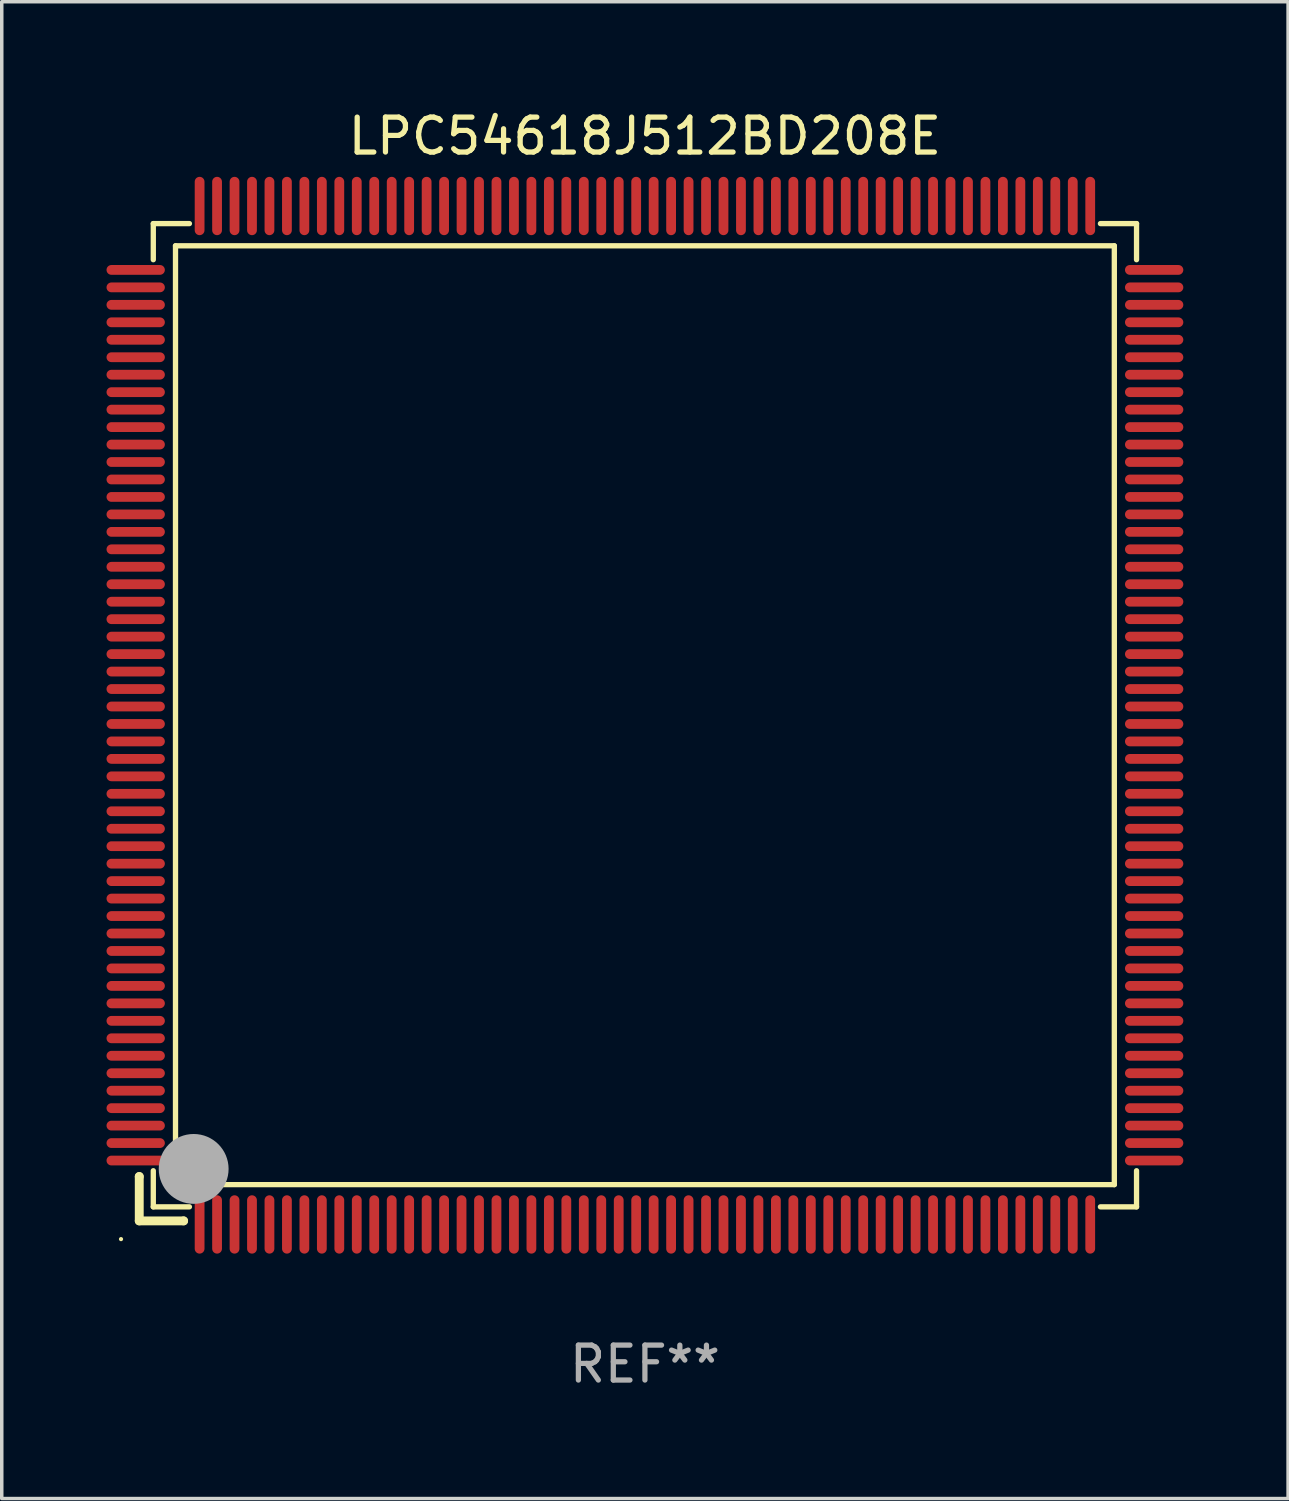
<source format=kicad_pcb>
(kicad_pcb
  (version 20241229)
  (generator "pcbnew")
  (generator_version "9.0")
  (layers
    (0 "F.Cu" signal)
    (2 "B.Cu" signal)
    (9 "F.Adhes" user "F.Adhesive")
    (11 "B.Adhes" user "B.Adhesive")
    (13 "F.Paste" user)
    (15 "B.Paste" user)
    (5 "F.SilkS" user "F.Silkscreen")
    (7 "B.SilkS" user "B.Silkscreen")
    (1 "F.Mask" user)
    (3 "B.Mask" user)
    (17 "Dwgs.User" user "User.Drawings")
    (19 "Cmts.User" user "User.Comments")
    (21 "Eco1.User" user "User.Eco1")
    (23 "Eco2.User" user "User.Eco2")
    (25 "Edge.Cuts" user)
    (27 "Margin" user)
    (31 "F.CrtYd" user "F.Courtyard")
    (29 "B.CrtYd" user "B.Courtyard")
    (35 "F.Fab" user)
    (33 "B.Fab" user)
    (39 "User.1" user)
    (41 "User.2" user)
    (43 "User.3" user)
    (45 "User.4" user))
  (footprint "LPC54618J512BD208E"
    (layer "F.Cu")
    (at 15.415 17.428)
    (property "Reference" "LPC54618J512BD208E" (at 0 -16.58 0) (layer "F.SilkS") (effects (font (size 1 1) (thickness 0.15))))
    (attr through_hole)
    (fp_line (start -14.478 13.208) (end -14.478 13.208) (stroke (width 0.254) (type solid)) (layer "F.SilkS"))
    (fp_line (start -14.478 13.208) (end -14.478 14.478) (stroke (width 0.254) (type solid)) (layer "F.SilkS"))
    (fp_line (start -14.478 14.478) (end -13.208 14.478) (stroke (width 0.254) (type solid)) (layer "F.SilkS"))
    (fp_line (start -14.076 -14.076) (end -14.076 -13.042) (stroke (width 0.152) (type solid)) (layer "F.SilkS"))
    (fp_line (start -14.076 14.076) (end -14.076 13.042) (stroke (width 0.152) (type solid)) (layer "F.SilkS"))
    (fp_line (start -13.44 -13.44) (end 13.44 -13.44) (stroke (width 0.152) (type solid)) (layer "F.SilkS"))
    (fp_line (start -13.44 13.44) (end -13.44 -13.44) (stroke (width 0.152) (type solid)) (layer "F.SilkS"))
    (fp_line (start -13.208 14.478) (end -13.208 14.478) (stroke (width 0.254) (type solid)) (layer "F.SilkS"))
    (fp_line (start -13.042 -14.076) (end -14.076 -14.076) (stroke (width 0.152) (type solid)) (layer "F.SilkS"))
    (fp_line (start -13.042 14.076) (end -14.076 14.076) (stroke (width 0.152) (type solid)) (layer "F.SilkS"))
    (fp_line (start 13.042 -14.076) (end 14.076 -14.076) (stroke (width 0.152) (type solid)) (layer "F.SilkS"))
    (fp_line (start 13.042 14.076) (end 14.076 14.076) (stroke (width 0.152) (type solid)) (layer "F.SilkS"))
    (fp_line (start 13.44 -13.44) (end 13.44 13.44) (stroke (width 0.152) (type solid)) (layer "F.SilkS"))
    (fp_line (start 13.44 13.44) (end -13.44 13.44) (stroke (width 0.152) (type solid)) (layer "F.SilkS"))
    (fp_line (start 14.076 -14.076) (end 14.076 -13.042) (stroke (width 0.152) (type solid)) (layer "F.SilkS"))
    (fp_line (start 14.076 14.076) (end 14.076 13.042) (stroke (width 0.152) (type solid)) (layer "F.SilkS"))
    (fp_circle (center -15 15) (end -14.97 15) (stroke (width 0.06) (type solid)) (fill no) (layer "F.SilkS"))
    (fp_circle (center -13.138 13.138) (end -13.063 13.138) (stroke (width 0.15) (type solid)) (fill no) (layer "F.SilkS"))
    (fp_circle (center -12.92 12.99) (end -12.42 12.99) (stroke (width 1) (type solid)) (fill no) (layer "F.Fab"))
    (fp_text user "REF**" (at 0 18.58 0) (layer "F.Fab") (effects (font (size 1 1) (thickness 0.15))))
    (pad "1" smd oval (at -12.75 14.58) (size 0.28 1.67) (layers "F.Cu" "F.Mask" "F.Paste"))
    (pad "2" smd oval (at -12.25 14.58) (size 0.28 1.67) (layers "F.Cu" "F.Mask" "F.Paste"))
    (pad "3" smd oval (at -11.75 14.58) (size 0.28 1.67) (layers "F.Cu" "F.Mask" "F.Paste"))
    (pad "4" smd oval (at -11.25 14.58) (size 0.28 1.67) (layers "F.Cu" "F.Mask" "F.Paste"))
    (pad "5" smd oval (at -10.75 14.58) (size 0.28 1.67) (layers "F.Cu" "F.Mask" "F.Paste"))
    (pad "6" smd oval (at -10.25 14.58) (size 0.28 1.67) (layers "F.Cu" "F.Mask" "F.Paste"))
    (pad "7" smd oval (at -9.75 14.58) (size 0.28 1.67) (layers "F.Cu" "F.Mask" "F.Paste"))
    (pad "8" smd oval (at -9.25 14.58) (size 0.28 1.67) (layers "F.Cu" "F.Mask" "F.Paste"))
    (pad "9" smd oval (at -8.75 14.58) (size 0.28 1.67) (layers "F.Cu" "F.Mask" "F.Paste"))
    (pad "10" smd oval (at -8.25 14.58) (size 0.28 1.67) (layers "F.Cu" "F.Mask" "F.Paste"))
    (pad "11" smd oval (at -7.75 14.58) (size 0.28 1.67) (layers "F.Cu" "F.Mask" "F.Paste"))
    (pad "12" smd oval (at -7.25 14.58) (size 0.28 1.67) (layers "F.Cu" "F.Mask" "F.Paste"))
    (pad "13" smd oval (at -6.75 14.58) (size 0.28 1.67) (layers "F.Cu" "F.Mask" "F.Paste"))
    (pad "14" smd oval (at -6.25 14.58) (size 0.28 1.67) (layers "F.Cu" "F.Mask" "F.Paste"))
    (pad "15" smd oval (at -5.75 14.58) (size 0.28 1.67) (layers "F.Cu" "F.Mask" "F.Paste"))
    (pad "16" smd oval (at -5.25 14.58) (size 0.28 1.67) (layers "F.Cu" "F.Mask" "F.Paste"))
    (pad "17" smd oval (at -4.75 14.58) (size 0.28 1.67) (layers "F.Cu" "F.Mask" "F.Paste"))
    (pad "18" smd oval (at -4.25 14.58) (size 0.28 1.67) (layers "F.Cu" "F.Mask" "F.Paste"))
    (pad "19" smd oval (at -3.75 14.58) (size 0.28 1.67) (layers "F.Cu" "F.Mask" "F.Paste"))
    (pad "20" smd oval (at -3.25 14.58) (size 0.28 1.67) (layers "F.Cu" "F.Mask" "F.Paste"))
    (pad "21" smd oval (at -2.75 14.58) (size 0.28 1.67) (layers "F.Cu" "F.Mask" "F.Paste"))
    (pad "22" smd oval (at -2.25 14.58) (size 0.28 1.67) (layers "F.Cu" "F.Mask" "F.Paste"))
    (pad "23" smd oval (at -1.75 14.58) (size 0.28 1.67) (layers "F.Cu" "F.Mask" "F.Paste"))
    (pad "24" smd oval (at -1.25 14.58) (size 0.28 1.67) (layers "F.Cu" "F.Mask" "F.Paste"))
    (pad "25" smd oval (at -0.75 14.58) (size 0.28 1.67) (layers "F.Cu" "F.Mask" "F.Paste"))
    (pad "26" smd oval (at -0.25 14.58) (size 0.28 1.67) (layers "F.Cu" "F.Mask" "F.Paste"))
    (pad "27" smd oval (at 0.25 14.58) (size 0.28 1.67) (layers "F.Cu" "F.Mask" "F.Paste"))
    (pad "28" smd oval (at 0.75 14.58) (size 0.28 1.67) (layers "F.Cu" "F.Mask" "F.Paste"))
    (pad "29" smd oval (at 1.25 14.58) (size 0.28 1.67) (layers "F.Cu" "F.Mask" "F.Paste"))
    (pad "30" smd oval (at 1.75 14.58) (size 0.28 1.67) (layers "F.Cu" "F.Mask" "F.Paste"))
    (pad "31" smd oval (at 2.25 14.58) (size 0.28 1.67) (layers "F.Cu" "F.Mask" "F.Paste"))
    (pad "32" smd oval (at 2.75 14.58) (size 0.28 1.67) (layers "F.Cu" "F.Mask" "F.Paste"))
    (pad "33" smd oval (at 3.25 14.58) (size 0.28 1.67) (layers "F.Cu" "F.Mask" "F.Paste"))
    (pad "34" smd oval (at 3.75 14.58) (size 0.28 1.67) (layers "F.Cu" "F.Mask" "F.Paste"))
    (pad "35" smd oval (at 4.25 14.58) (size 0.28 1.67) (layers "F.Cu" "F.Mask" "F.Paste"))
    (pad "36" smd oval (at 4.75 14.58) (size 0.28 1.67) (layers "F.Cu" "F.Mask" "F.Paste"))
    (pad "37" smd oval (at 5.25 14.58) (size 0.28 1.67) (layers "F.Cu" "F.Mask" "F.Paste"))
    (pad "38" smd oval (at 5.75 14.58) (size 0.28 1.67) (layers "F.Cu" "F.Mask" "F.Paste"))
    (pad "39" smd oval (at 6.25 14.58) (size 0.28 1.67) (layers "F.Cu" "F.Mask" "F.Paste"))
    (pad "40" smd oval (at 6.75 14.58) (size 0.28 1.67) (layers "F.Cu" "F.Mask" "F.Paste"))
    (pad "41" smd oval (at 7.25 14.58) (size 0.28 1.67) (layers "F.Cu" "F.Mask" "F.Paste"))
    (pad "42" smd oval (at 7.75 14.58) (size 0.28 1.67) (layers "F.Cu" "F.Mask" "F.Paste"))
    (pad "43" smd oval (at 8.25 14.58) (size 0.28 1.67) (layers "F.Cu" "F.Mask" "F.Paste"))
    (pad "44" smd oval (at 8.75 14.58) (size 0.28 1.67) (layers "F.Cu" "F.Mask" "F.Paste"))
    (pad "45" smd oval (at 9.25 14.58) (size 0.28 1.67) (layers "F.Cu" "F.Mask" "F.Paste"))
    (pad "46" smd oval (at 9.75 14.58) (size 0.28 1.67) (layers "F.Cu" "F.Mask" "F.Paste"))
    (pad "47" smd oval (at 10.25 14.58) (size 0.28 1.67) (layers "F.Cu" "F.Mask" "F.Paste"))
    (pad "48" smd oval (at 10.75 14.58) (size 0.28 1.67) (layers "F.Cu" "F.Mask" "F.Paste"))
    (pad "49" smd oval (at 11.25 14.58) (size 0.28 1.67) (layers "F.Cu" "F.Mask" "F.Paste"))
    (pad "50" smd oval (at 11.75 14.58) (size 0.28 1.67) (layers "F.Cu" "F.Mask" "F.Paste"))
    (pad "51" smd oval (at 12.25 14.58) (size 0.28 1.67) (layers "F.Cu" "F.Mask" "F.Paste"))
    (pad "52" smd oval (at 12.75 14.58) (size 0.28 1.67) (layers "F.Cu" "F.Mask" "F.Paste"))
    (pad "53" smd oval (at 14.58 12.75) (size 1.67 0.28) (layers "F.Cu" "F.Mask" "F.Paste"))
    (pad "54" smd oval (at 14.58 12.25) (size 1.67 0.28) (layers "F.Cu" "F.Mask" "F.Paste"))
    (pad "55" smd oval (at 14.58 11.75) (size 1.67 0.28) (layers "F.Cu" "F.Mask" "F.Paste"))
    (pad "56" smd oval (at 14.58 11.25) (size 1.67 0.28) (layers "F.Cu" "F.Mask" "F.Paste"))
    (pad "57" smd oval (at 14.58 10.75) (size 1.67 0.28) (layers "F.Cu" "F.Mask" "F.Paste"))
    (pad "58" smd oval (at 14.58 10.25) (size 1.67 0.28) (layers "F.Cu" "F.Mask" "F.Paste"))
    (pad "59" smd oval (at 14.58 9.75) (size 1.67 0.28) (layers "F.Cu" "F.Mask" "F.Paste"))
    (pad "60" smd oval (at 14.58 9.25) (size 1.67 0.28) (layers "F.Cu" "F.Mask" "F.Paste"))
    (pad "61" smd oval (at 14.58 8.75) (size 1.67 0.28) (layers "F.Cu" "F.Mask" "F.Paste"))
    (pad "62" smd oval (at 14.58 8.25) (size 1.67 0.28) (layers "F.Cu" "F.Mask" "F.Paste"))
    (pad "63" smd oval (at 14.58 7.75) (size 1.67 0.28) (layers "F.Cu" "F.Mask" "F.Paste"))
    (pad "64" smd oval (at 14.58 7.25) (size 1.67 0.28) (layers "F.Cu" "F.Mask" "F.Paste"))
    (pad "65" smd oval (at 14.58 6.75) (size 1.67 0.28) (layers "F.Cu" "F.Mask" "F.Paste"))
    (pad "66" smd oval (at 14.58 6.25) (size 1.67 0.28) (layers "F.Cu" "F.Mask" "F.Paste"))
    (pad "67" smd oval (at 14.58 5.75) (size 1.67 0.28) (layers "F.Cu" "F.Mask" "F.Paste"))
    (pad "68" smd oval (at 14.58 5.25) (size 1.67 0.28) (layers "F.Cu" "F.Mask" "F.Paste"))
    (pad "69" smd oval (at 14.58 4.75) (size 1.67 0.28) (layers "F.Cu" "F.Mask" "F.Paste"))
    (pad "70" smd oval (at 14.58 4.25) (size 1.67 0.28) (layers "F.Cu" "F.Mask" "F.Paste"))
    (pad "71" smd oval (at 14.58 3.75) (size 1.67 0.28) (layers "F.Cu" "F.Mask" "F.Paste"))
    (pad "72" smd oval (at 14.58 3.25) (size 1.67 0.28) (layers "F.Cu" "F.Mask" "F.Paste"))
    (pad "73" smd oval (at 14.58 2.75) (size 1.67 0.28) (layers "F.Cu" "F.Mask" "F.Paste"))
    (pad "74" smd oval (at 14.58 2.25) (size 1.67 0.28) (layers "F.Cu" "F.Mask" "F.Paste"))
    (pad "75" smd oval (at 14.58 1.75) (size 1.67 0.28) (layers "F.Cu" "F.Mask" "F.Paste"))
    (pad "76" smd oval (at 14.58 1.25) (size 1.67 0.28) (layers "F.Cu" "F.Mask" "F.Paste"))
    (pad "77" smd oval (at 14.58 0.75) (size 1.67 0.28) (layers "F.Cu" "F.Mask" "F.Paste"))
    (pad "78" smd oval (at 14.58 0.25) (size 1.67 0.28) (layers "F.Cu" "F.Mask" "F.Paste"))
    (pad "79" smd oval (at 14.58 -0.25) (size 1.67 0.28) (layers "F.Cu" "F.Mask" "F.Paste"))
    (pad "80" smd oval (at 14.58 -0.75) (size 1.67 0.28) (layers "F.Cu" "F.Mask" "F.Paste"))
    (pad "81" smd oval (at 14.58 -1.25) (size 1.67 0.28) (layers "F.Cu" "F.Mask" "F.Paste"))
    (pad "82" smd oval (at 14.58 -1.75) (size 1.67 0.28) (layers "F.Cu" "F.Mask" "F.Paste"))
    (pad "83" smd oval (at 14.58 -2.25) (size 1.67 0.28) (layers "F.Cu" "F.Mask" "F.Paste"))
    (pad "84" smd oval (at 14.58 -2.75) (size 1.67 0.28) (layers "F.Cu" "F.Mask" "F.Paste"))
    (pad "85" smd oval (at 14.58 -3.25) (size 1.67 0.28) (layers "F.Cu" "F.Mask" "F.Paste"))
    (pad "86" smd oval (at 14.58 -3.75) (size 1.67 0.28) (layers "F.Cu" "F.Mask" "F.Paste"))
    (pad "87" smd oval (at 14.58 -4.25) (size 1.67 0.28) (layers "F.Cu" "F.Mask" "F.Paste"))
    (pad "88" smd oval (at 14.58 -4.75) (size 1.67 0.28) (layers "F.Cu" "F.Mask" "F.Paste"))
    (pad "89" smd oval (at 14.58 -5.25) (size 1.67 0.28) (layers "F.Cu" "F.Mask" "F.Paste"))
    (pad "90" smd oval (at 14.58 -5.75) (size 1.67 0.28) (layers "F.Cu" "F.Mask" "F.Paste"))
    (pad "91" smd oval (at 14.58 -6.25) (size 1.67 0.28) (layers "F.Cu" "F.Mask" "F.Paste"))
    (pad "92" smd oval (at 14.58 -6.75) (size 1.67 0.28) (layers "F.Cu" "F.Mask" "F.Paste"))
    (pad "93" smd oval (at 14.58 -7.25) (size 1.67 0.28) (layers "F.Cu" "F.Mask" "F.Paste"))
    (pad "94" smd oval (at 14.58 -7.75) (size 1.67 0.28) (layers "F.Cu" "F.Mask" "F.Paste"))
    (pad "95" smd oval (at 14.58 -8.25) (size 1.67 0.28) (layers "F.Cu" "F.Mask" "F.Paste"))
    (pad "96" smd oval (at 14.58 -8.75) (size 1.67 0.28) (layers "F.Cu" "F.Mask" "F.Paste"))
    (pad "97" smd oval (at 14.58 -9.25) (size 1.67 0.28) (layers "F.Cu" "F.Mask" "F.Paste"))
    (pad "98" smd oval (at 14.58 -9.75) (size 1.67 0.28) (layers "F.Cu" "F.Mask" "F.Paste"))
    (pad "99" smd oval (at 14.58 -10.25) (size 1.67 0.28) (layers "F.Cu" "F.Mask" "F.Paste"))
    (pad "100" smd oval (at 14.58 -10.75) (size 1.67 0.28) (layers "F.Cu" "F.Mask" "F.Paste"))
    (pad "101" smd oval (at 14.58 -11.25) (size 1.67 0.28) (layers "F.Cu" "F.Mask" "F.Paste"))
    (pad "102" smd oval (at 14.58 -11.75) (size 1.67 0.28) (layers "F.Cu" "F.Mask" "F.Paste"))
    (pad "103" smd oval (at 14.58 -12.25) (size 1.67 0.28) (layers "F.Cu" "F.Mask" "F.Paste"))
    (pad "104" smd oval (at 14.58 -12.75) (size 1.67 0.28) (layers "F.Cu" "F.Mask" "F.Paste"))
    (pad "105" smd oval (at 12.75 -14.58) (size 0.28 1.67) (layers "F.Cu" "F.Mask" "F.Paste"))
    (pad "106" smd oval (at 12.25 -14.58) (size 0.28 1.67) (layers "F.Cu" "F.Mask" "F.Paste"))
    (pad "107" smd oval (at 11.75 -14.58) (size 0.28 1.67) (layers "F.Cu" "F.Mask" "F.Paste"))
    (pad "108" smd oval (at 11.25 -14.58) (size 0.28 1.67) (layers "F.Cu" "F.Mask" "F.Paste"))
    (pad "109" smd oval (at 10.75 -14.58) (size 0.28 1.67) (layers "F.Cu" "F.Mask" "F.Paste"))
    (pad "110" smd oval (at 10.25 -14.58) (size 0.28 1.67) (layers "F.Cu" "F.Mask" "F.Paste"))
    (pad "111" smd oval (at 9.75 -14.58) (size 0.28 1.67) (layers "F.Cu" "F.Mask" "F.Paste"))
    (pad "112" smd oval (at 9.25 -14.58) (size 0.28 1.67) (layers "F.Cu" "F.Mask" "F.Paste"))
    (pad "113" smd oval (at 8.75 -14.58) (size 0.28 1.67) (layers "F.Cu" "F.Mask" "F.Paste"))
    (pad "114" smd oval (at 8.25 -14.58) (size 0.28 1.67) (layers "F.Cu" "F.Mask" "F.Paste"))
    (pad "115" smd oval (at 7.75 -14.58) (size 0.28 1.67) (layers "F.Cu" "F.Mask" "F.Paste"))
    (pad "116" smd oval (at 7.25 -14.58) (size 0.28 1.67) (layers "F.Cu" "F.Mask" "F.Paste"))
    (pad "117" smd oval (at 6.75 -14.58) (size 0.28 1.67) (layers "F.Cu" "F.Mask" "F.Paste"))
    (pad "118" smd oval (at 6.25 -14.58) (size 0.28 1.67) (layers "F.Cu" "F.Mask" "F.Paste"))
    (pad "119" smd oval (at 5.75 -14.58) (size 0.28 1.67) (layers "F.Cu" "F.Mask" "F.Paste"))
    (pad "120" smd oval (at 5.25 -14.58) (size 0.28 1.67) (layers "F.Cu" "F.Mask" "F.Paste"))
    (pad "121" smd oval (at 4.75 -14.58) (size 0.28 1.67) (layers "F.Cu" "F.Mask" "F.Paste"))
    (pad "122" smd oval (at 4.25 -14.58) (size 0.28 1.67) (layers "F.Cu" "F.Mask" "F.Paste"))
    (pad "123" smd oval (at 3.75 -14.58) (size 0.28 1.67) (layers "F.Cu" "F.Mask" "F.Paste"))
    (pad "124" smd oval (at 3.25 -14.58) (size 0.28 1.67) (layers "F.Cu" "F.Mask" "F.Paste"))
    (pad "125" smd oval (at 2.75 -14.58) (size 0.28 1.67) (layers "F.Cu" "F.Mask" "F.Paste"))
    (pad "126" smd oval (at 2.25 -14.58) (size 0.28 1.67) (layers "F.Cu" "F.Mask" "F.Paste"))
    (pad "127" smd oval (at 1.75 -14.58) (size 0.28 1.67) (layers "F.Cu" "F.Mask" "F.Paste"))
    (pad "128" smd oval (at 1.25 -14.58) (size 0.28 1.67) (layers "F.Cu" "F.Mask" "F.Paste"))
    (pad "129" smd oval (at 0.75 -14.58) (size 0.28 1.67) (layers "F.Cu" "F.Mask" "F.Paste"))
    (pad "130" smd oval (at 0.25 -14.58) (size 0.28 1.67) (layers "F.Cu" "F.Mask" "F.Paste"))
    (pad "131" smd oval (at -0.25 -14.58) (size 0.28 1.67) (layers "F.Cu" "F.Mask" "F.Paste"))
    (pad "132" smd oval (at -0.75 -14.58) (size 0.28 1.67) (layers "F.Cu" "F.Mask" "F.Paste"))
    (pad "133" smd oval (at -1.25 -14.58) (size 0.28 1.67) (layers "F.Cu" "F.Mask" "F.Paste"))
    (pad "134" smd oval (at -1.75 -14.58) (size 0.28 1.67) (layers "F.Cu" "F.Mask" "F.Paste"))
    (pad "135" smd oval (at -2.25 -14.58) (size 0.28 1.67) (layers "F.Cu" "F.Mask" "F.Paste"))
    (pad "136" smd oval (at -2.75 -14.58) (size 0.28 1.67) (layers "F.Cu" "F.Mask" "F.Paste"))
    (pad "137" smd oval (at -3.25 -14.58) (size 0.28 1.67) (layers "F.Cu" "F.Mask" "F.Paste"))
    (pad "138" smd oval (at -3.75 -14.58) (size 0.28 1.67) (layers "F.Cu" "F.Mask" "F.Paste"))
    (pad "139" smd oval (at -4.25 -14.58) (size 0.28 1.67) (layers "F.Cu" "F.Mask" "F.Paste"))
    (pad "140" smd oval (at -4.75 -14.58) (size 0.28 1.67) (layers "F.Cu" "F.Mask" "F.Paste"))
    (pad "141" smd oval (at -5.25 -14.58) (size 0.28 1.67) (layers "F.Cu" "F.Mask" "F.Paste"))
    (pad "142" smd oval (at -5.75 -14.58) (size 0.28 1.67) (layers "F.Cu" "F.Mask" "F.Paste"))
    (pad "143" smd oval (at -6.25 -14.58) (size 0.28 1.67) (layers "F.Cu" "F.Mask" "F.Paste"))
    (pad "144" smd oval (at -6.75 -14.58) (size 0.28 1.67) (layers "F.Cu" "F.Mask" "F.Paste"))
    (pad "145" smd oval (at -7.25 -14.58) (size 0.28 1.67) (layers "F.Cu" "F.Mask" "F.Paste"))
    (pad "146" smd oval (at -7.75 -14.58) (size 0.28 1.67) (layers "F.Cu" "F.Mask" "F.Paste"))
    (pad "147" smd oval (at -8.25 -14.58) (size 0.28 1.67) (layers "F.Cu" "F.Mask" "F.Paste"))
    (pad "148" smd oval (at -8.75 -14.58) (size 0.28 1.67) (layers "F.Cu" "F.Mask" "F.Paste"))
    (pad "149" smd oval (at -9.25 -14.58) (size 0.28 1.67) (layers "F.Cu" "F.Mask" "F.Paste"))
    (pad "150" smd oval (at -9.75 -14.58) (size 0.28 1.67) (layers "F.Cu" "F.Mask" "F.Paste"))
    (pad "151" smd oval (at -10.25 -14.58) (size 0.28 1.67) (layers "F.Cu" "F.Mask" "F.Paste"))
    (pad "152" smd oval (at -10.75 -14.58) (size 0.28 1.67) (layers "F.Cu" "F.Mask" "F.Paste"))
    (pad "153" smd oval (at -11.25 -14.58) (size 0.28 1.67) (layers "F.Cu" "F.Mask" "F.Paste"))
    (pad "154" smd oval (at -11.75 -14.58) (size 0.28 1.67) (layers "F.Cu" "F.Mask" "F.Paste"))
    (pad "155" smd oval (at -12.25 -14.58) (size 0.28 1.67) (layers "F.Cu" "F.Mask" "F.Paste"))
    (pad "156" smd oval (at -12.75 -14.58) (size 0.28 1.67) (layers "F.Cu" "F.Mask" "F.Paste"))
    (pad "157" smd oval (at -14.58 -12.75) (size 1.67 0.28) (layers "F.Cu" "F.Mask" "F.Paste"))
    (pad "158" smd oval (at -14.58 -12.25) (size 1.67 0.28) (layers "F.Cu" "F.Mask" "F.Paste"))
    (pad "159" smd oval (at -14.58 -11.75) (size 1.67 0.28) (layers "F.Cu" "F.Mask" "F.Paste"))
    (pad "160" smd oval (at -14.58 -11.25) (size 1.67 0.28) (layers "F.Cu" "F.Mask" "F.Paste"))
    (pad "161" smd oval (at -14.58 -10.75) (size 1.67 0.28) (layers "F.Cu" "F.Mask" "F.Paste"))
    (pad "162" smd oval (at -14.58 -10.25) (size 1.67 0.28) (layers "F.Cu" "F.Mask" "F.Paste"))
    (pad "163" smd oval (at -14.58 -9.75) (size 1.67 0.28) (layers "F.Cu" "F.Mask" "F.Paste"))
    (pad "164" smd oval (at -14.58 -9.25) (size 1.67 0.28) (layers "F.Cu" "F.Mask" "F.Paste"))
    (pad "165" smd oval (at -14.58 -8.75) (size 1.67 0.28) (layers "F.Cu" "F.Mask" "F.Paste"))
    (pad "166" smd oval (at -14.58 -8.25) (size 1.67 0.28) (layers "F.Cu" "F.Mask" "F.Paste"))
    (pad "167" smd oval (at -14.58 -7.75) (size 1.67 0.28) (layers "F.Cu" "F.Mask" "F.Paste"))
    (pad "168" smd oval (at -14.58 -7.25) (size 1.67 0.28) (layers "F.Cu" "F.Mask" "F.Paste"))
    (pad "169" smd oval (at -14.58 -6.75) (size 1.67 0.28) (layers "F.Cu" "F.Mask" "F.Paste"))
    (pad "170" smd oval (at -14.58 -6.25) (size 1.67 0.28) (layers "F.Cu" "F.Mask" "F.Paste"))
    (pad "171" smd oval (at -14.58 -5.75) (size 1.67 0.28) (layers "F.Cu" "F.Mask" "F.Paste"))
    (pad "172" smd oval (at -14.58 -5.25) (size 1.67 0.28) (layers "F.Cu" "F.Mask" "F.Paste"))
    (pad "173" smd oval (at -14.58 -4.75) (size 1.67 0.28) (layers "F.Cu" "F.Mask" "F.Paste"))
    (pad "174" smd oval (at -14.58 -4.25) (size 1.67 0.28) (layers "F.Cu" "F.Mask" "F.Paste"))
    (pad "175" smd oval (at -14.58 -3.75) (size 1.67 0.28) (layers "F.Cu" "F.Mask" "F.Paste"))
    (pad "176" smd oval (at -14.58 -3.25) (size 1.67 0.28) (layers "F.Cu" "F.Mask" "F.Paste"))
    (pad "177" smd oval (at -14.58 -2.75) (size 1.67 0.28) (layers "F.Cu" "F.Mask" "F.Paste"))
    (pad "178" smd oval (at -14.58 -2.25) (size 1.67 0.28) (layers "F.Cu" "F.Mask" "F.Paste"))
    (pad "179" smd oval (at -14.58 -1.75) (size 1.67 0.28) (layers "F.Cu" "F.Mask" "F.Paste"))
    (pad "180" smd oval (at -14.58 -1.25) (size 1.67 0.28) (layers "F.Cu" "F.Mask" "F.Paste"))
    (pad "181" smd oval (at -14.58 -0.75) (size 1.67 0.28) (layers "F.Cu" "F.Mask" "F.Paste"))
    (pad "182" smd oval (at -14.58 -0.25) (size 1.67 0.28) (layers "F.Cu" "F.Mask" "F.Paste"))
    (pad "183" smd oval (at -14.58 0.25) (size 1.67 0.28) (layers "F.Cu" "F.Mask" "F.Paste"))
    (pad "184" smd oval (at -14.58 0.75) (size 1.67 0.28) (layers "F.Cu" "F.Mask" "F.Paste"))
    (pad "185" smd oval (at -14.58 1.25) (size 1.67 0.28) (layers "F.Cu" "F.Mask" "F.Paste"))
    (pad "186" smd oval (at -14.58 1.75) (size 1.67 0.28) (layers "F.Cu" "F.Mask" "F.Paste"))
    (pad "187" smd oval (at -14.58 2.25) (size 1.67 0.28) (layers "F.Cu" "F.Mask" "F.Paste"))
    (pad "188" smd oval (at -14.58 2.75) (size 1.67 0.28) (layers "F.Cu" "F.Mask" "F.Paste"))
    (pad "189" smd oval (at -14.58 3.25) (size 1.67 0.28) (layers "F.Cu" "F.Mask" "F.Paste"))
    (pad "190" smd oval (at -14.58 3.75) (size 1.67 0.28) (layers "F.Cu" "F.Mask" "F.Paste"))
    (pad "191" smd oval (at -14.58 4.25) (size 1.67 0.28) (layers "F.Cu" "F.Mask" "F.Paste"))
    (pad "192" smd oval (at -14.58 4.75) (size 1.67 0.28) (layers "F.Cu" "F.Mask" "F.Paste"))
    (pad "193" smd oval (at -14.58 5.25) (size 1.67 0.28) (layers "F.Cu" "F.Mask" "F.Paste"))
    (pad "194" smd oval (at -14.58 5.75) (size 1.67 0.28) (layers "F.Cu" "F.Mask" "F.Paste"))
    (pad "195" smd oval (at -14.58 6.25) (size 1.67 0.28) (layers "F.Cu" "F.Mask" "F.Paste"))
    (pad "196" smd oval (at -14.58 6.75) (size 1.67 0.28) (layers "F.Cu" "F.Mask" "F.Paste"))
    (pad "197" smd oval (at -14.58 7.25) (size 1.67 0.28) (layers "F.Cu" "F.Mask" "F.Paste"))
    (pad "198" smd oval (at -14.58 7.75) (size 1.67 0.28) (layers "F.Cu" "F.Mask" "F.Paste"))
    (pad "199" smd oval (at -14.58 8.25) (size 1.67 0.28) (layers "F.Cu" "F.Mask" "F.Paste"))
    (pad "200" smd oval (at -14.58 8.75) (size 1.67 0.28) (layers "F.Cu" "F.Mask" "F.Paste"))
    (pad "201" smd oval (at -14.58 9.25) (size 1.67 0.28) (layers "F.Cu" "F.Mask" "F.Paste"))
    (pad "202" smd oval (at -14.58 9.75) (size 1.67 0.28) (layers "F.Cu" "F.Mask" "F.Paste"))
    (pad "203" smd oval (at -14.58 10.25) (size 1.67 0.28) (layers "F.Cu" "F.Mask" "F.Paste"))
    (pad "204" smd oval (at -14.58 10.75) (size 1.67 0.28) (layers "F.Cu" "F.Mask" "F.Paste"))
    (pad "205" smd oval (at -14.58 11.25) (size 1.67 0.28) (layers "F.Cu" "F.Mask" "F.Paste"))
    (pad "206" smd oval (at -14.58 11.75) (size 1.67 0.28) (layers "F.Cu" "F.Mask" "F.Paste"))
    (pad "207" smd oval (at -14.58 12.25) (size 1.67 0.28) (layers "F.Cu" "F.Mask" "F.Paste"))
    (pad "208" smd oval (at -14.58 12.75) (size 1.67 0.28) (layers "F.Cu" "F.Mask" "F.Paste")))
  (gr_rect
    (start -3 -3)
    (end 33.83 39.856)
    (stroke (width 0.1) (type default))
    (fill no)
    (layer "Edge.Cuts")))
</source>
